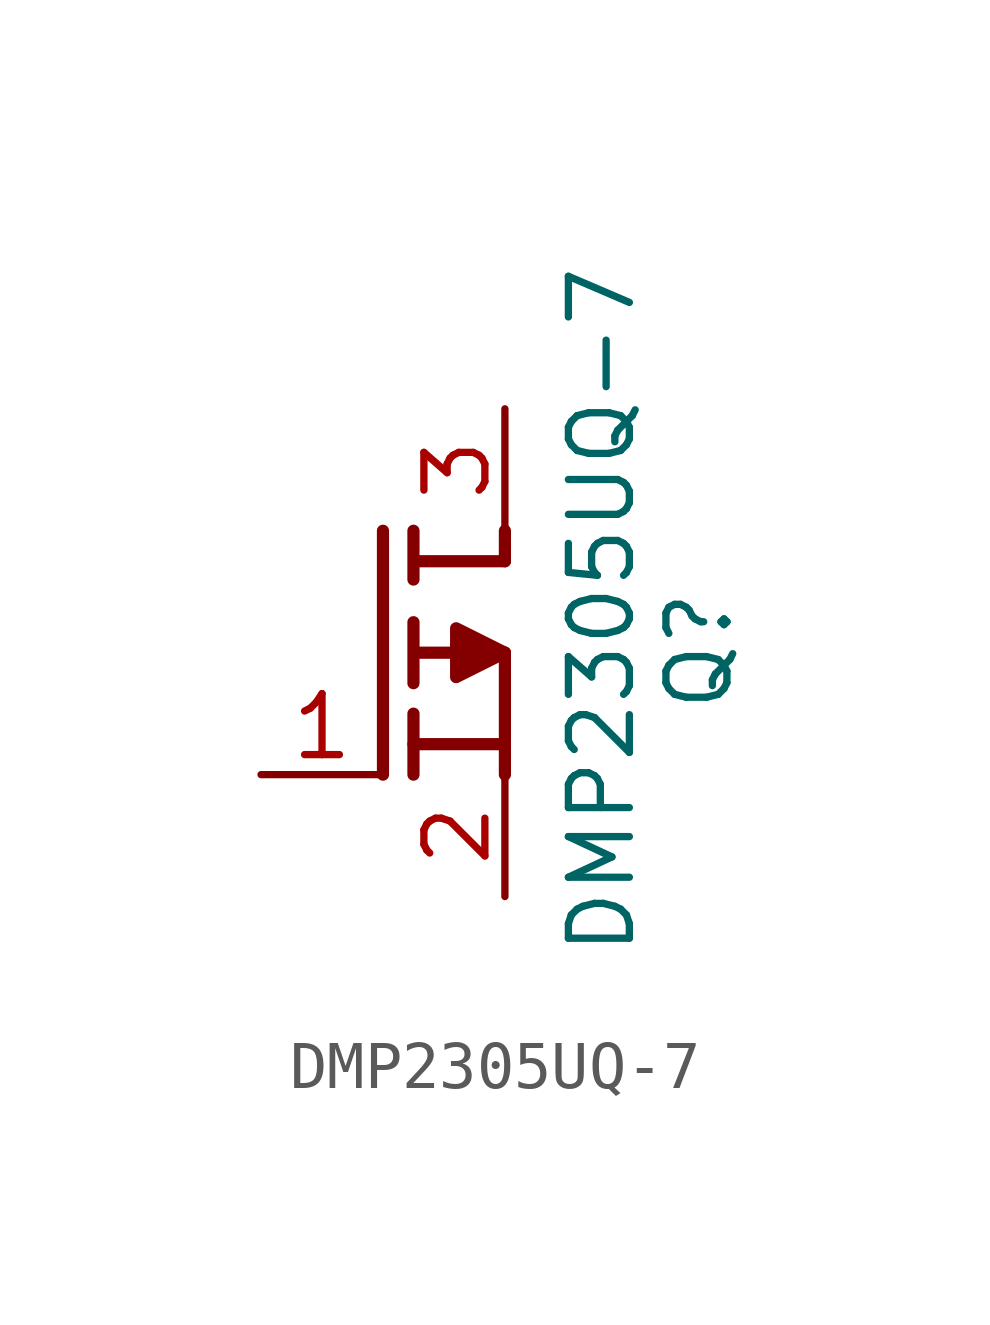
<source format=kicad_sym>
(kicad_symbol_lib
  (version 20231120)
  (generator "kicad_symbol_editor")
  (generator_version "8.0")
  (symbol "DMP2305UQ-7"
    (pin_names hide)
    (property "Reference" "Q"
      (at 10.922 0 90)
      (effects (font (size 1.27 1.27)) (justify left top)))
    (property "Value" "DMP2305UQ-7"
      (at 8.89 -5.08 90)
      (effects (font (size 1.27 1.27)) (justify left top)))
    (symbol "DMP2305UQ-7_1_1"
      (polyline (pts (xy 5.08 3.81) (xy 5.08 -1.27)) (stroke (width 0.254) (type default)) (fill (type none)))
      (polyline (pts (xy 5.715 -1.27) (xy 5.715 0)) (stroke (width 0.254) (type default)) (fill (type none)))
      (polyline (pts (xy 5.715 -0.635) (xy 7.493 -0.635)) (stroke (width 0.254) (type default)) (fill (type none)))
      (polyline (pts (xy 5.715 0.635) (xy 5.715 1.905)) (stroke (width 0.254) (type default)) (fill (type none)))
      (polyline (pts (xy 5.715 3.81) (xy 5.715 2.794)) (stroke (width 0.254) (type default)) (fill (type none)))
      (polyline (pts (xy 7.62 1.27) (xy 5.842 1.27)) (stroke (width 0.254) (type default)) (fill (type none)))
      (polyline (pts (xy 7.62 1.27) (xy 7.62 -1.27)) (stroke (width 0.254) (type default)) (fill (type none)))
      (polyline (pts (xy 7.62 3.175) (xy 5.842 3.175)) (stroke (width 0.254) (type default)) (fill (type none)))
      (polyline (pts (xy 7.62 3.175) (xy 7.62 3.81)) (stroke (width 0.254) (type default)) (fill (type none)))
      (polyline (pts (xy 7.62 1.27) (xy 6.604 1.778) (xy 6.604 0.762) (xy 7.62 1.27)) (stroke (width 0.254) (type default)) (fill (type outline)))
      (pin passive line (at 2.54 -1.27 0) (length 2.54) (name "G" (effects (font (size 1.27 1.27)))) (number "1" (effects (font (size 1.27 1.27)))))
      (pin passive line (at 7.62 -3.81 90) (length 2.54) (name "S" (effects (font (size 1.27 1.27)))) (number "2" (effects (font (size 1.27 1.27)))))
      (pin passive line (at 7.62 6.35 270) (length 2.54) (name "D" (effects (font (size 1.27 1.27)))) (number "3" (effects (font (size 1.27 1.27))))))))
</source>
